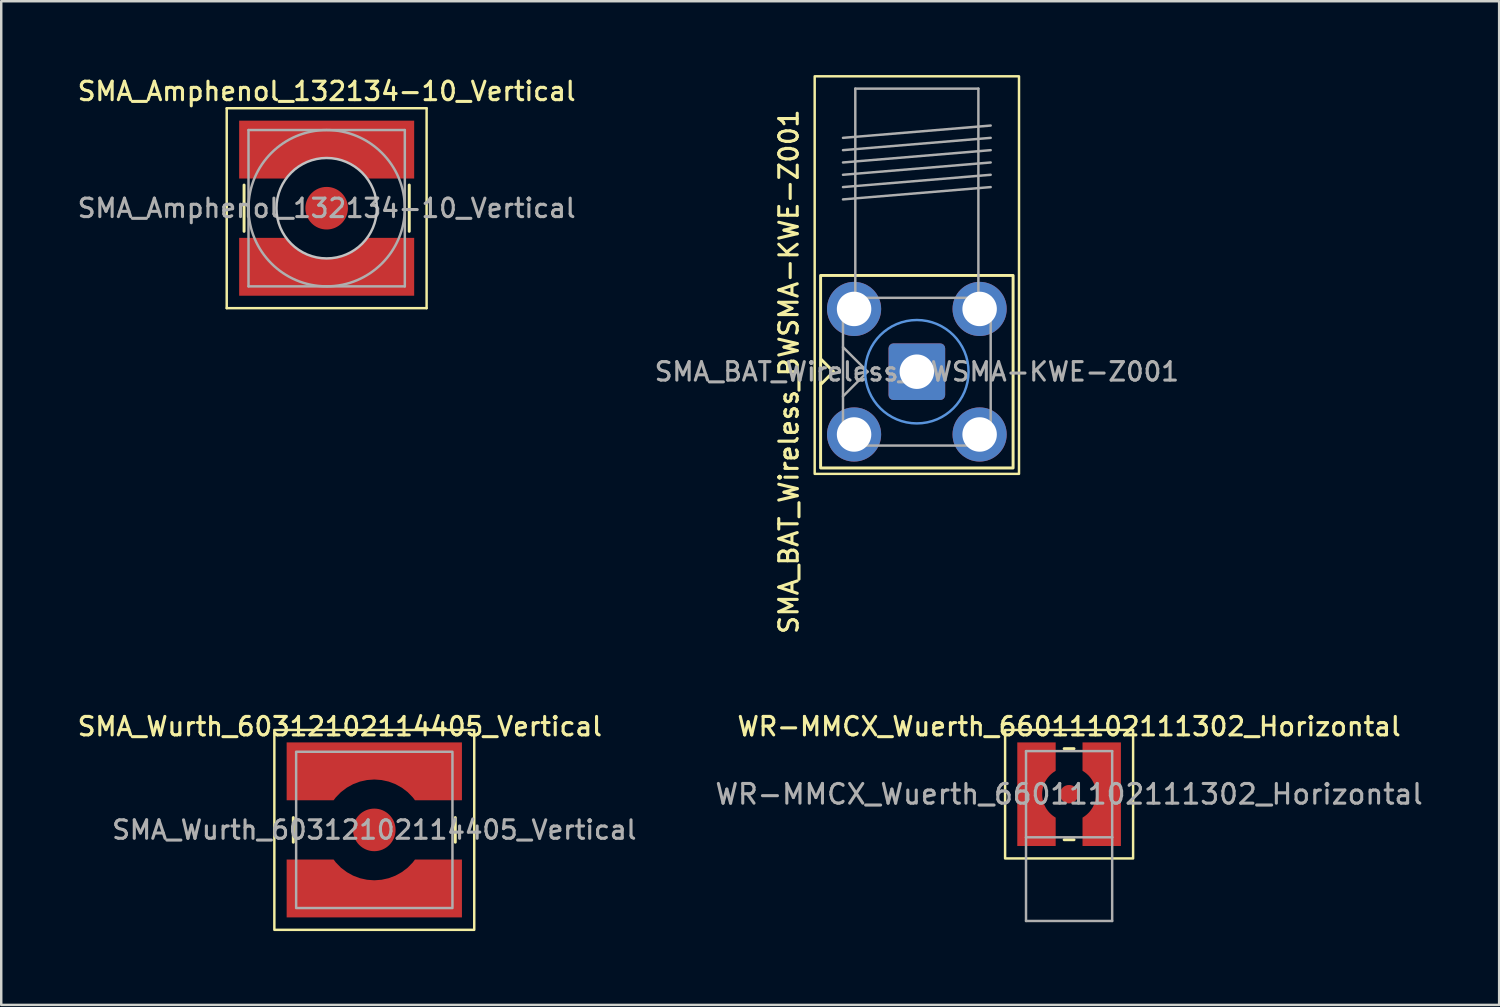
<source format=kicad_pcb>
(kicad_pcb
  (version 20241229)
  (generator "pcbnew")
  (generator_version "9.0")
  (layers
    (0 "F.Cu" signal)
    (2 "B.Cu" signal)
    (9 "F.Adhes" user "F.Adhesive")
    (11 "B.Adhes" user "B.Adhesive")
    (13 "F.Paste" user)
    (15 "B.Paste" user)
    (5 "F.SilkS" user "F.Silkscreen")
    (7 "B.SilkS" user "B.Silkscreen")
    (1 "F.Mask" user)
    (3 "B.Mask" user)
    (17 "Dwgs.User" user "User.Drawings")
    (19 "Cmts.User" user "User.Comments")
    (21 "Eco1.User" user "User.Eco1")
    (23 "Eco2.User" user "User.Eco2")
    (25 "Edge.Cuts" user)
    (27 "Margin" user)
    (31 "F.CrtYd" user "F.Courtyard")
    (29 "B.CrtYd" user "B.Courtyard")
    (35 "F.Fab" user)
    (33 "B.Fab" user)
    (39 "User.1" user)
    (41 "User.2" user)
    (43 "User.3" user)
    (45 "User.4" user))
  (footprint "SMA_Wurth_60312102114405_Vertical"
    (layer "F.Cu")
    (at 12.155 30.663)
    (property "Reference" "SMA_Wurth_60312102114405_Vertical" (at -1.4 -4.2 0) (unlocked yes) (layer "F.SilkS") (effects (font (size 0.75 0.75) (thickness 0.125))))
    (attr smd)
    (fp_line (start -3.29 -0.5) (end -3.29 0.5) (stroke (width 0.12) (type default)) (layer "F.SilkS"))
    (fp_line (start 3.29 -0.5) (end 3.29 0.5) (stroke (width 0.12) (type default)) (layer "F.SilkS"))
    (fp_rect (start 4.06 -4.06) (end -4.06 4.06) (stroke (width 0.1) (type default)) (fill no) (layer "F.SilkS"))
    (fp_poly (pts (xy -1.652 1.205) (xy -3.56 1.205) (xy -3.56 3.555) (xy -1.205 3.555) (xy -1.205 1.652) (xy -1.332 1.556) (xy -1.556 1.332)) (stroke (width 0.001) (type solid)) (fill yes) (layer "F.Paste"))
    (fp_poly (pts (xy -1.205 -1.652) (xy -1.205 -3.555) (xy -3.56 -3.555) (xy -3.56 -1.205) (xy -1.652 -1.205) (xy -1.556 -1.332) (xy -1.332 -1.556)) (stroke (width 0.001) (type solid)) (fill yes) (layer "F.Paste"))
    (fp_poly (pts (xy 1.205 1.652) (xy 1.205 3.555) (xy 3.56 3.555) (xy 3.56 1.205) (xy 1.652 1.205) (xy 1.556 1.332) (xy 1.332 1.556)) (stroke (width 0.001) (type solid)) (fill yes) (layer "F.Paste"))
    (fp_poly (pts (xy 1.652 -1.205) (xy 3.56 -1.205) (xy 3.56 -3.555) (xy 1.205 -3.555) (xy 1.205 -1.652) (xy 1.332 -1.556) (xy 1.556 -1.332)) (stroke (width 0.001) (type solid)) (fill yes) (layer "F.Paste"))
    (fp_rect (start 3.175 -3.175) (end -3.175 3.175) (stroke (width 0.1) (type default)) (fill no) (layer "F.Fab"))
    (fp_text user "${REFERENCE}" (at 0 0 0) (unlocked yes) (layer "F.Fab") (effects (font (size 0.75 0.75) (thickness 0.125))))
    (pad "1" smd circle (at 0 0 270) (size 1.73 1.73) (layers "F.Cu" "F.Mask" "F.Paste"))
    (pad "2" smd custom (at 0 -2.8 90) (size 0.75 0.75) (layers "F.Cu" "F.Mask") (options (anchor rect)) (primitives (gr_poly (pts (xy -1.595 1.652) (xy -1.595 3.56) (xy 0.755 3.56) (xy 0.755 -3.56) (xy -1.595 -3.56) (xy -1.595 -1.652) (xy -1.477 -1.563) (xy -1.265 -1.356) (xy -1.086 -1.12) (xy -0.942 -0.861) (xy -0.837 -0.584) (xy -0.774 -0.295) (xy -0.752 0) (xy -0.774 0.295) (xy -0.837 0.584) (xy -0.942 0.861) (xy -1.086 1.12) (xy -1.265 1.356) (xy -1.477 1.563)) (width 0.001) (fill yes))))
    (pad "2" smd custom (at 0 2.8 270) (size 0.75 0.75) (layers "F.Cu" "F.Mask") (options (anchor rect)) (primitives (gr_poly (pts (xy -0.837 0.584) (xy -0.942 0.861) (xy -1.086 1.12) (xy -1.265 1.356) (xy -1.477 1.563) (xy -1.595 1.652) (xy -1.595 3.56) (xy 0.755 3.56) (xy 0.755 -3.56) (xy -1.595 -3.56) (xy -1.595 -1.652) (xy -1.477 -1.563) (xy -1.265 -1.356) (xy -1.086 -1.12) (xy -0.942 -0.861) (xy -0.837 -0.584) (xy -0.774 -0.295) (xy -0.752 0) (xy -0.774 0.295)) (width 0.001) (fill yes)))))
  (footprint "SMA_BAT_Wireless_BWSMA-KWE-Z001"
    (layer "F.Cu")
    (at 34.195 12.05)
    (property "Reference" "SMA_BAT_Wireless_BWSMA-KWE-Z001" (at -5.2 0 90) (layer "F.SilkS") (effects (font (size 0.75 0.75) (thickness 0.125))))
    (attr through_hole)
    (fp_line (start -3.885 0.5) (end -3.385 0) (stroke (width 0.12) (type solid)) (layer "F.SilkS"))
    (fp_line (start -3.385 0) (end -3.885 -0.5) (stroke (width 0.12) (type solid)) (layer "F.SilkS"))
    (fp_rect (start -4.15 -12) (end 4.15 4.15) (stroke (width 0.1) (type default)) (fill no) (layer "F.SilkS"))
    (fp_rect (start -3.91 -3.91) (end 3.91 3.91) (stroke (width 0.12) (type default)) (fill no) (layer "F.SilkS"))
    (fp_circle (center 0 0) (end 2.1 0) (stroke (width 0.1) (type default)) (fill no) (layer "Cmts.User"))
    (fp_line (start -3 -9.5) (end 3 -10) (stroke (width 0.1) (type solid)) (layer "F.Fab"))
    (fp_line (start -3 -9) (end 3 -9.5) (stroke (width 0.1) (type solid)) (layer "F.Fab"))
    (fp_line (start -3 -8.5) (end 3 -9) (stroke (width 0.1) (type solid)) (layer "F.Fab"))
    (fp_line (start -3 -8) (end 3 -8.5) (stroke (width 0.1) (type solid)) (layer "F.Fab"))
    (fp_line (start -3 -7.5) (end 3 -8) (stroke (width 0.1) (type solid)) (layer "F.Fab"))
    (fp_line (start -3 -7) (end 3 -7.5) (stroke (width 0.1) (type solid)) (layer "F.Fab"))
    (fp_line (start -3 -3) (end -3 3) (stroke (width 0.1) (type solid)) (layer "F.Fab"))
    (fp_line (start -3 -3) (end 3 -3) (stroke (width 0.1) (type solid)) (layer "F.Fab"))
    (fp_line (start -3 -1) (end -2 0) (stroke (width 0.1) (type solid)) (layer "F.Fab"))
    (fp_line (start -3 3) (end 3 3) (stroke (width 0.1) (type solid)) (layer "F.Fab"))
    (fp_line (start -2.5 -11.5) (end -2.5 -3) (stroke (width 0.1) (type solid)) (layer "F.Fab"))
    (fp_line (start -2.5 -11.5) (end 2.5 -11.5) (stroke (width 0.1) (type solid)) (layer "F.Fab"))
    (fp_line (start -2 0) (end -3 1) (stroke (width 0.1) (type solid)) (layer "F.Fab"))
    (fp_line (start 2.5 -11.5) (end 2.5 -3) (stroke (width 0.1) (type solid)) (layer "F.Fab"))
    (fp_line (start 3 -3) (end 3 3) (stroke (width 0.1) (type solid)) (layer "F.Fab"))
    (fp_text user "${REFERENCE}" (at 0 0 0) (layer "F.Fab") (effects (font (size 0.75 0.75) (thickness 0.125))))
    (pad "1" thru_hole roundrect (at 0 0) (size 2.3 2.3) (drill 1.4) (layers "*.Cu" "*.Mask") (remove_unused_layers yes) (keep_end_layers yes) (zone_layer_connections) (roundrect_rratio 0.087))
    (pad "2" thru_hole circle (at -2.55 -2.55) (size 2.2 2.2) (drill 1.4) (layers "*.Cu" "*.Mask") (remove_unused_layers yes) (keep_end_layers yes) (zone_layer_connections))
    (pad "2" thru_hole circle (at -2.55 2.55) (size 2.2 2.2) (drill 1.4) (layers "*.Cu" "*.Mask") (remove_unused_layers yes) (keep_end_layers yes) (zone_layer_connections))
    (pad "2" thru_hole circle (at 2.55 -2.55) (size 2.2 2.2) (drill 1.4) (layers "*.Cu" "*.Mask") (remove_unused_layers yes) (keep_end_layers yes) (zone_layer_connections))
    (pad "2" thru_hole circle (at 2.55 2.55) (size 2.2 2.2) (drill 1.4) (layers "*.Cu" "*.Mask") (remove_unused_layers yes) (keep_end_layers yes) (zone_layer_connections)))
  (footprint "SMA_Amphenol_132134-10_Vertical"
    (layer "F.Cu")
    (at 10.22 5.408)
    (property "Reference" "SMA_Amphenol_132134-10_Vertical" (at 0 -4.75 0) (layer "F.SilkS") (effects (font (size 0.75 0.75) (thickness 0.125))))
    (attr smd)
    (fp_line (start -4.06 -4.06) (end -4.06 4.06) (stroke (width 0.1) (type solid)) (layer "F.SilkS"))
    (fp_line (start -4.06 -4.06) (end 4.06 -4.06) (stroke (width 0.1) (type solid)) (layer "F.SilkS"))
    (fp_line (start -3.355 -0.94) (end -3.355 0.94) (stroke (width 0.12) (type solid)) (layer "F.SilkS"))
    (fp_line (start 3.355 -0.94) (end 3.355 0.94) (stroke (width 0.12) (type solid)) (layer "F.SilkS"))
    (fp_line (start 4.06 4.06) (end -4.06 4.06) (stroke (width 0.1) (type solid)) (layer "F.SilkS"))
    (fp_line (start 4.06 4.06) (end 4.06 -4.06) (stroke (width 0.1) (type solid)) (layer "F.SilkS"))
    (fp_circle (center 0 0) (end 2.04 0) (stroke (width 0.1) (type solid)) (fill no) (layer "Dwgs.User"))
    (fp_line (start -3.175 -3.175) (end -3.175 3.175) (stroke (width 0.1) (type solid)) (layer "F.Fab"))
    (fp_line (start -3.175 -3.175) (end 3.175 -3.175) (stroke (width 0.1) (type solid)) (layer "F.Fab"))
    (fp_line (start -3.175 3.175) (end 3.175 3.175) (stroke (width 0.1) (type solid)) (layer "F.Fab"))
    (fp_line (start 3.175 -3.175) (end 3.175 3.175) (stroke (width 0.1) (type solid)) (layer "F.Fab"))
    (fp_circle (center 0 0) (end 3.175 0) (stroke (width 0.1) (type solid)) (fill no) (layer "F.Fab"))
    (fp_text user "${REFERENCE}" (at 0 0 0) (layer "F.Fab") (effects (font (size 0.75 0.75) (thickness 0.125))))
    (pad "1" smd circle (at 0 0 90) (size 1.73 1.73) (layers "F.Cu" "F.Mask" "F.Paste"))
    (pad "2" smd custom (at 0 -2.8 180) (size 7.11 1.51) (layers "F.Cu" "F.Mask" "F.Paste") (options (anchor rect)) (primitives (gr_poly (pts (xy -1.5 -1.42) (xy -1.36 -1.28) (xy -1.205 -1.155) (xy -1.035 -1.045) (xy -0.86 -0.95) (xy -0.675 -0.875) (xy -0.48 -0.82) (xy -0.28 -0.78) (xy -0.085 -0.765) (xy 0 -0.765) (xy 0 0.755) (xy -3.555 0.755) (xy -3.555 -1.595) (xy -1.645 -1.595)) (width 0) (fill yes)) (gr_poly (pts (xy 3.555 0.755) (xy 0 0.755) (xy 0 -0.765) (xy 0.085 -0.765) (xy 0.28 -0.78) (xy 0.48 -0.82) (xy 0.675 -0.875) (xy 0.86 -0.95) (xy 1.035 -1.045) (xy 1.205 -1.155) (xy 1.36 -1.28) (xy 1.5 -1.42) (xy 1.645 -1.595) (xy 3.555 -1.595)) (width 0) (fill yes))))
    (pad "2" smd custom (at 0 2.8) (size 7.11 1.51) (layers "F.Cu" "F.Mask" "F.Paste") (options (anchor rect)) (primitives (gr_poly (pts (xy -1.5 -1.42) (xy -1.36 -1.28) (xy -1.205 -1.155) (xy -1.035 -1.045) (xy -0.86 -0.95) (xy -0.675 -0.875) (xy -0.48 -0.82) (xy -0.28 -0.78) (xy -0.085 -0.765) (xy 0 -0.765) (xy 0 0.755) (xy -3.555 0.755) (xy -3.555 -1.595) (xy -1.645 -1.595)) (width 0) (fill yes)) (gr_poly (pts (xy 3.555 0.755) (xy 0 0.755) (xy 0 -0.765) (xy 0.085 -0.765) (xy 0.28 -0.78) (xy 0.48 -0.82) (xy 0.675 -0.875) (xy 0.86 -0.95) (xy 1.035 -1.045) (xy 1.205 -1.155) (xy 1.36 -1.28) (xy 1.5 -1.42) (xy 1.645 -1.595) (xy 3.555 -1.595)) (width 0) (fill yes)))))
  (footprint "WR-MMCX_Wuerth_66011102111302_Horizontal"
    (layer "F.Cu")
    (at 40.38 29.213)
    (property "Reference" "WR-MMCX_Wuerth_66011102111302_Horizontal" (at 0 -2.75 0) (unlocked yes) (layer "F.SilkS") (effects (font (size 0.75 0.75) (thickness 0.125))))
    (attr smd)
    (fp_line (start -0.2 -1.85) (end 0.2 -1.85) (stroke (width 0.12) (type solid)) (layer "F.SilkS"))
    (fp_line (start 0.2 1.85) (end -0.2 1.85) (stroke (width 0.12) (type solid)) (layer "F.SilkS"))
    (fp_rect (start -2.6 -2.61) (end 2.6 2.61) (stroke (width 0.1) (type default)) (fill no) (layer "F.SilkS"))
    (fp_line (start -1.75 -1.75) (end 1.75 -1.75) (stroke (width 0.1) (type solid)) (layer "F.Fab"))
    (fp_line (start -1.75 1.75) (end -1.75 -1.75) (stroke (width 0.1) (type solid)) (layer "F.Fab"))
    (fp_line (start -1.75 1.75) (end -1.75 5.15) (stroke (width 0.1) (type solid)) (layer "F.Fab"))
    (fp_line (start -1.75 5.15) (end 1.75 5.15) (stroke (width 0.1) (type solid)) (layer "F.Fab"))
    (fp_line (start 1.75 -1.75) (end 1.75 1.75) (stroke (width 0.1) (type solid)) (layer "F.Fab"))
    (fp_line (start 1.75 1.75) (end -1.75 1.75) (stroke (width 0.1) (type solid)) (layer "F.Fab"))
    (fp_line (start 1.75 5.15) (end 1.75 1.75) (stroke (width 0.1) (type solid)) (layer "F.Fab"))
    (fp_text user "${REFERENCE}" (at 0 0 0) (unlocked yes) (layer "F.Fab") (effects (font (size 0.8 0.8) (thickness 0.125))))
    (pad "" smd custom (at -1.6 -1.6 270) (size 0.5 0.5) (layers "F.Paste") (options (anchor rect)) (primitives (gr_poly (pts (xy -0.5 -1.05) (xy -0.5 0.5) (xy 1.05 0.5) (xy 1.05 -0.645) (xy 0.995 -0.68) (xy 0.94 -0.72) (xy 0.895 -0.755) (xy 0.845 -0.8) (xy 0.785 -0.86) (xy 0.735 -0.92) (xy 0.68 -0.995) (xy 0.65 -1.045) (xy 0.645 -1.05)) (width 0.01) (fill yes))))
    (pad "" smd custom (at -1.6 1.6) (size 0.5 0.5) (layers "F.Paste") (options (anchor rect)) (primitives (gr_poly (pts (xy -0.5 -1.05) (xy -0.5 0.5) (xy 1.05 0.5) (xy 1.05 -0.645) (xy 0.995 -0.68) (xy 0.94 -0.72) (xy 0.895 -0.755) (xy 0.845 -0.8) (xy 0.785 -0.86) (xy 0.735 -0.92) (xy 0.68 -0.995) (xy 0.65 -1.045) (xy 0.645 -1.05)) (width 0.01) (fill yes))))
    (pad "" smd custom (at 1.6 -1.6 180) (size 0.5 0.5) (layers "F.Paste") (options (anchor rect)) (primitives (gr_poly (pts (xy -0.5 -1.05) (xy -0.5 0.5) (xy 1.05 0.5) (xy 1.05 -0.645) (xy 0.995 -0.68) (xy 0.94 -0.72) (xy 0.895 -0.755) (xy 0.845 -0.8) (xy 0.785 -0.86) (xy 0.735 -0.92) (xy 0.68 -0.995) (xy 0.65 -1.045) (xy 0.645 -1.05)) (width 0.01) (fill yes))))
    (pad "" smd custom (at 1.6 1.6 90) (size 0.5 0.5) (layers "F.Paste") (options (anchor rect)) (primitives (gr_poly (pts (xy -0.5 -1.05) (xy -0.5 0.5) (xy 1.05 0.5) (xy 1.05 -0.645) (xy 0.995 -0.68) (xy 0.94 -0.72) (xy 0.895 -0.755) (xy 0.845 -0.8) (xy 0.785 -0.86) (xy 0.735 -0.92) (xy 0.68 -0.995) (xy 0.65 -1.045) (xy 0.645 -1.05)) (width 0.01) (fill yes))))
    (pad "1" smd circle (at 0 0) (size 0.75 0.75) (layers "F.Cu" "F.Mask" "F.Paste"))
    (pad "2" smd custom (at -1.6 0) (size 0.5 0.5) (layers "F.Cu" "F.Mask") (options (anchor rect)) (primitives (gr_poly (pts (xy 1.05 -0.955) (xy 1.05 -2.1) (xy -0.5 -2.1) (xy -0.5 2.1) (xy 1.05 2.1) (xy 1.05 0.955) (xy 0.995 0.92) (xy 0.94 0.88) (xy 0.895 0.845) (xy 0.845 0.8) (xy 0.785 0.74) (xy 0.735 0.68) (xy 0.68 0.605) (xy 0.65 0.555) (xy 0.605 0.47) (xy 0.575 0.4) (xy 0.545 0.315) (xy 0.53 0.255) (xy 0.515 0.18) (xy 0.505 0.11) (xy 0.5 0.03) (xy 0.5 -0.03) (xy 0.505 -0.11) (xy 0.515 -0.18) (xy 0.53 -0.255) (xy 0.55 -0.33) (xy 0.575 -0.4) (xy 0.61 -0.48) (xy 0.635 -0.53) (xy 0.665 -0.58) (xy 0.705 -0.64) (xy 0.735 -0.68) (xy 0.76 -0.71) (xy 0.795 -0.75) (xy 0.84 -0.795) (xy 0.89 -0.84) (xy 0.94 -0.88) (xy 0.975 -0.905) (xy 1.02 -0.935)) (width 0.01) (fill yes))))
    (pad "2" smd custom (at 1.6 0 180) (size 0.5 0.5) (layers "F.Cu" "F.Mask") (options (anchor rect)) (primitives (gr_poly (pts (xy 1.05 -0.955) (xy 1.05 -2.1) (xy -0.5 -2.1) (xy -0.5 2.1) (xy 1.05 2.1) (xy 1.05 0.955) (xy 0.995 0.92) (xy 0.94 0.88) (xy 0.895 0.845) (xy 0.845 0.8) (xy 0.785 0.74) (xy 0.735 0.68) (xy 0.68 0.605) (xy 0.65 0.555) (xy 0.605 0.47) (xy 0.575 0.4) (xy 0.545 0.315) (xy 0.53 0.255) (xy 0.515 0.18) (xy 0.505 0.11) (xy 0.5 0.03) (xy 0.5 -0.03) (xy 0.505 -0.11) (xy 0.515 -0.18) (xy 0.53 -0.255) (xy 0.55 -0.33) (xy 0.575 -0.4) (xy 0.61 -0.48) (xy 0.635 -0.53) (xy 0.665 -0.58) (xy 0.705 -0.64) (xy 0.735 -0.68) (xy 0.76 -0.71) (xy 0.795 -0.75) (xy 0.84 -0.795) (xy 0.89 -0.84) (xy 0.94 -0.88) (xy 0.975 -0.905) (xy 1.02 -0.935)) (width 0.01) (fill yes)))))
  (gr_rect
    (start -3 -3)
    (end 57.85 37.773)
    (stroke (width 0.1) (type default))
    (fill no)
    (layer "Edge.Cuts")))
</source>
